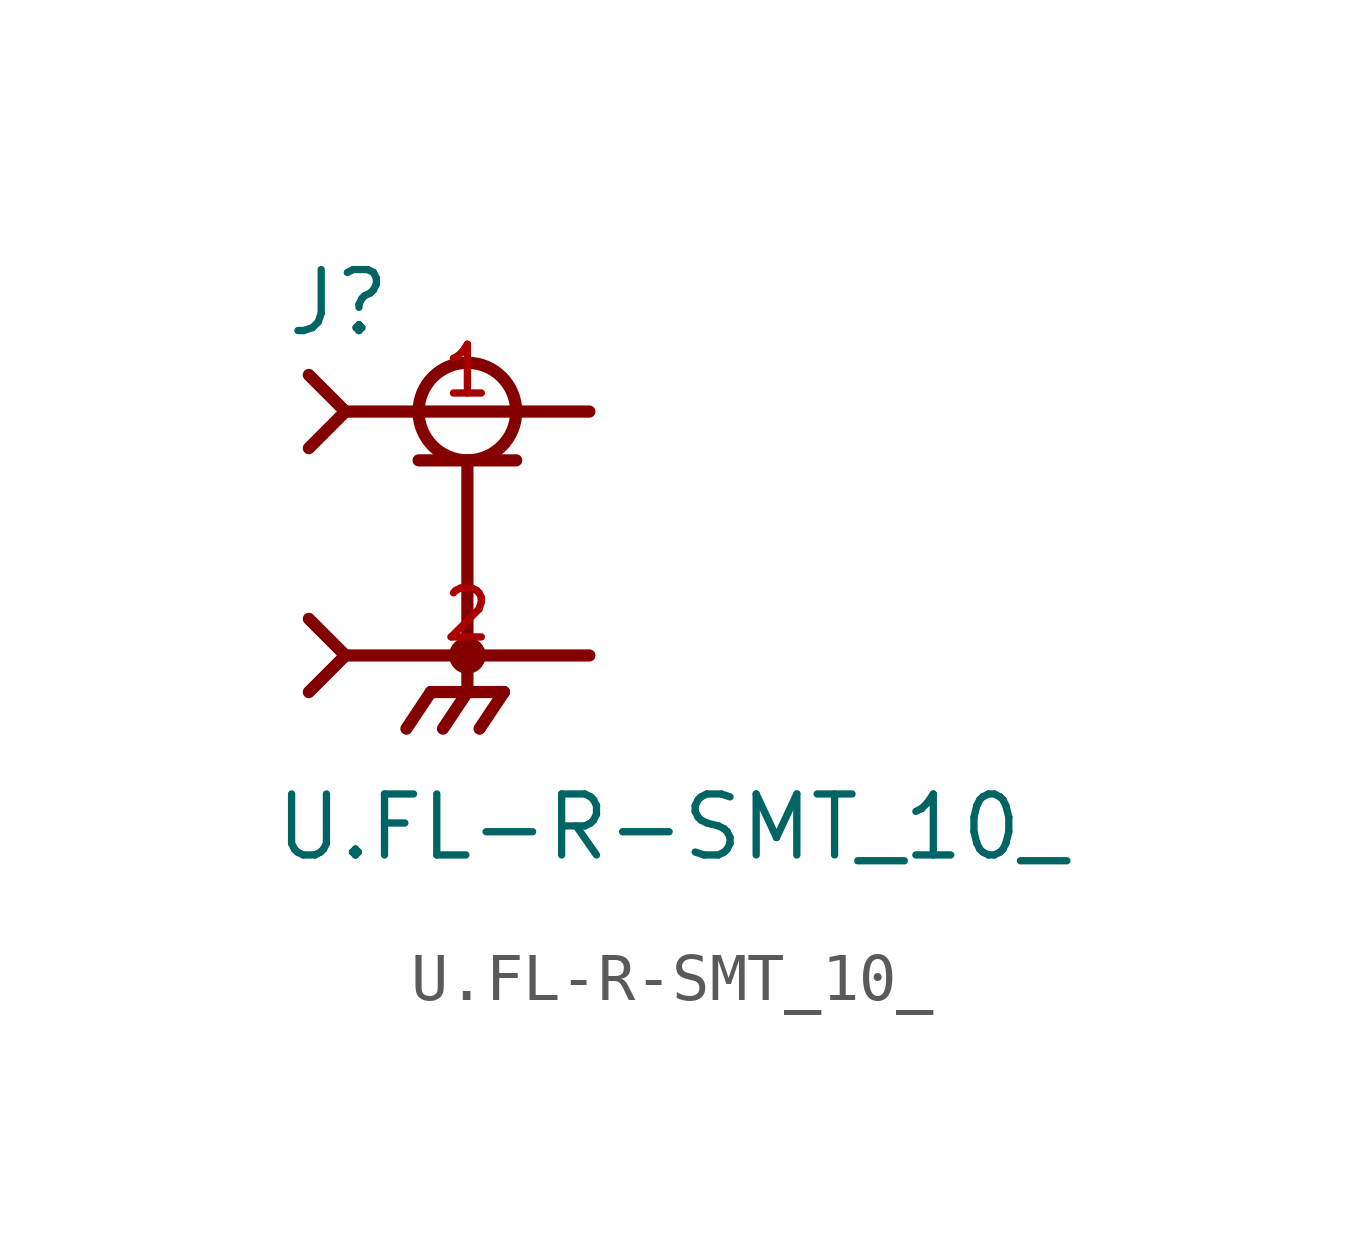
<source format=kicad_sym>
(kicad_symbol_lib
  (version 20211014)
  (generator kicad_symbol_editor)
  (symbol "U.FL-R-SMT_10_"
    (pin_names
      (offset 1.016))
    (property "Reference" "J"
      (at -3.81 4.064 0)
      (effects (font (size 1.27 1.27)) (justify bottom left)))
    (property "Value" "U.FL-R-SMT_10_"
      (at -4.064 -6.858 0)
      (effects (font (size 1.27 1.27)) (justify bottom left)))
    (symbol "U.FL-R-SMT_10__0_0"
      (circle (center 0.0 2.54) (radius 1.016) (stroke (width 0.254)) (fill (type none)))
      (polyline (pts (xy -1.016 1.524) (xy 0.0 1.524)) (stroke (width 0.254)))
      (polyline (pts (xy 0.0 1.524) (xy 1.016 1.524)) (stroke (width 0.254)))
      (polyline (pts (xy 0.0 -2.54) (xy -2.54 -2.54)) (stroke (width 0.254)))
      (polyline (pts (xy -3.302 3.302) (xy -2.54 2.54)) (stroke (width 0.254)))
      (polyline (pts (xy -3.302 1.778) (xy -2.54 2.54)) (stroke (width 0.254)))
      (polyline (pts (xy 0.0 1.524) (xy 0.0 -2.54)) (stroke (width 0.254)))
      (circle (center 0.0 -2.54) (radius 0.254) (stroke (width 0.254)) (fill (type none)))
      (polyline (pts (xy -2.54 2.54) (xy 2.54 2.54)) (stroke (width 0.254)))
      (polyline (pts (xy 2.54 -2.54) (xy 0.0 -2.54)) (stroke (width 0.254)))
      (polyline (pts (xy 0.0 -2.54) (xy 0.0 -3.302)) (stroke (width 0.254)))
      (polyline (pts (xy 0.0 -3.302) (xy -0.762 -3.302)) (stroke (width 0.254)))
      (polyline (pts (xy 0.0 -3.302) (xy 0.762 -3.302)) (stroke (width 0.254)))
      (polyline (pts (xy -0.762 -3.302) (xy -1.27 -4.064)) (stroke (width 0.254)))
      (polyline (pts (xy 0.0 -3.302) (xy -0.508 -4.064)) (stroke (width 0.254)))
      (polyline (pts (xy 0.762 -3.302) (xy 0.254 -4.064)) (stroke (width 0.254)))
      (polyline (pts (xy -3.302 -1.778) (xy -2.54 -2.54)) (stroke (width 0.254)))
      (polyline (pts (xy -3.302 -3.302) (xy -2.54 -2.54)) (stroke (width 0.254)))
      (pin passive line (at 2.54 2.54 180.0) (length 5.08) (name "~" (effects (font (size 1.016 1.016)))) (number "1" (effects (font (size 1.016 1.016)))))
      (pin passive line (at 2.54 -2.54 180.0) (length 5.08) (name "~" (effects (font (size 1.016 1.016)))) (number "2" (effects (font (size 1.016 1.016))))))))
</source>
